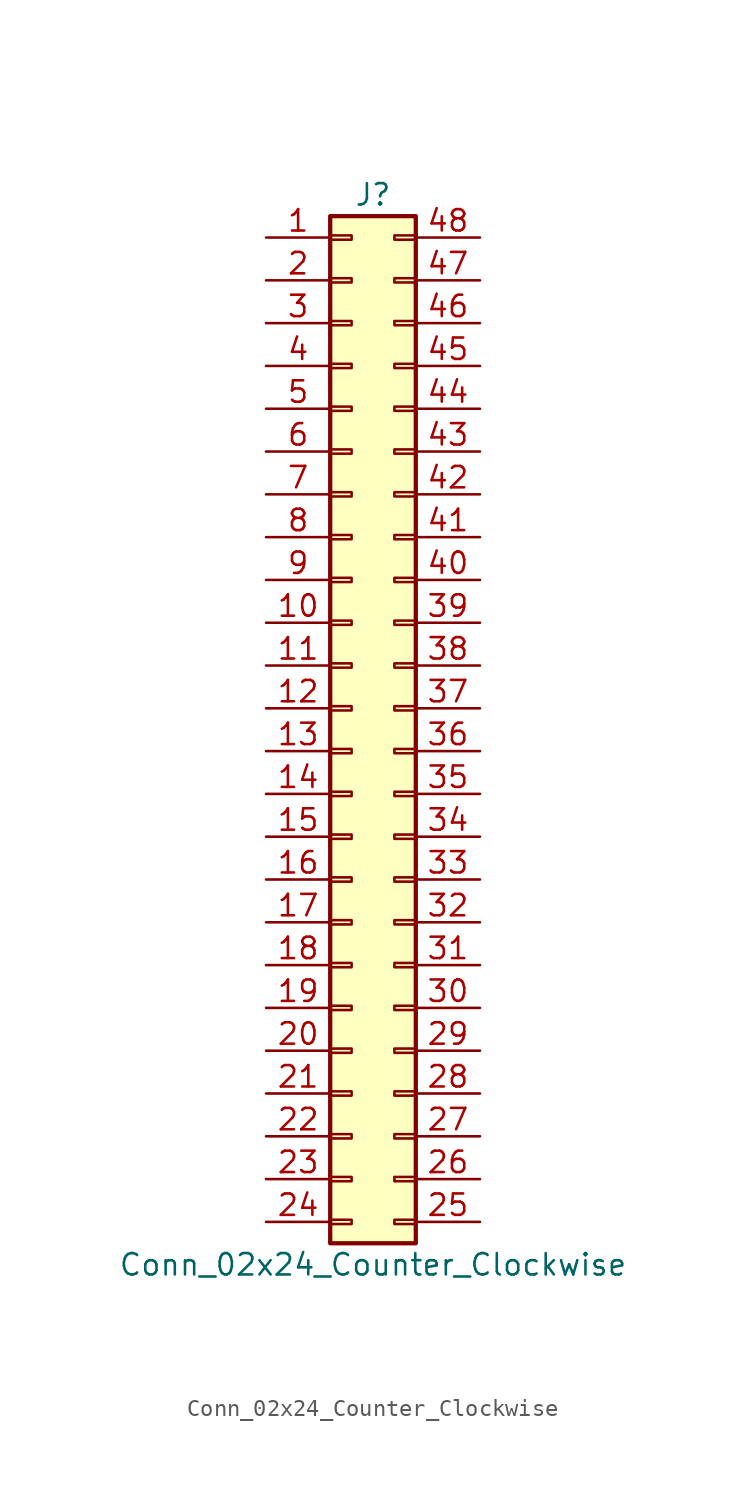
<source format=kicad_sym>
(kicad_symbol_lib
  (version 20201005)
  (generator kicad_symbol_editor)
  (symbol "Conn_02x24_Counter_Clockwise"
    (pin_names
      (offset 1.016) hide)
    (property "Reference" "J"
      (at 1.27 30.48 0)
      (effects (font (size 1.27 1.27))))
    (property "Value" "Conn_02x24_Counter_Clockwise"
      (at 1.27 -33.02 0)
      (effects (font (size 1.27 1.27))))
    (symbol "Conn_02x24_Counter_Clockwise_1_1"
      (rectangle (start -1.27 -30.353) (end 0 -30.607) (stroke (width 0.152)) (fill (type none)))
      (rectangle (start -1.27 -27.813) (end 0 -28.067) (stroke (width 0.152)) (fill (type none)))
      (rectangle (start -1.27 -25.273) (end 0 -25.527) (stroke (width 0.152)) (fill (type none)))
      (rectangle (start -1.27 -22.733) (end 0 -22.987) (stroke (width 0.152)) (fill (type none)))
      (rectangle (start -1.27 -20.193) (end 0 -20.447) (stroke (width 0.152)) (fill (type none)))
      (rectangle (start -1.27 -17.653) (end 0 -17.907) (stroke (width 0.152)) (fill (type none)))
      (rectangle (start -1.27 -15.113) (end 0 -15.367) (stroke (width 0.152)) (fill (type none)))
      (rectangle (start -1.27 -12.573) (end 0 -12.827) (stroke (width 0.152)) (fill (type none)))
      (rectangle (start -1.27 -10.033) (end 0 -10.287) (stroke (width 0.152)) (fill (type none)))
      (rectangle (start -1.27 -7.493) (end 0 -7.747) (stroke (width 0.152)) (fill (type none)))
      (rectangle (start -1.27 -4.953) (end 0 -5.207) (stroke (width 0.152)) (fill (type none)))
      (rectangle (start -1.27 -2.413) (end 0 -2.667) (stroke (width 0.152)) (fill (type none)))
      (rectangle (start -1.27 0.127) (end 0 -0.127) (stroke (width 0.152)) (fill (type none)))
      (rectangle (start -1.27 2.667) (end 0 2.413) (stroke (width 0.152)) (fill (type none)))
      (rectangle (start -1.27 5.207) (end 0 4.953) (stroke (width 0.152)) (fill (type none)))
      (rectangle (start -1.27 7.747) (end 0 7.493) (stroke (width 0.152)) (fill (type none)))
      (rectangle (start -1.27 10.287) (end 0 10.033) (stroke (width 0.152)) (fill (type none)))
      (rectangle (start -1.27 12.827) (end 0 12.573) (stroke (width 0.152)) (fill (type none)))
      (rectangle (start -1.27 15.367) (end 0 15.113) (stroke (width 0.152)) (fill (type none)))
      (rectangle (start -1.27 17.907) (end 0 17.653) (stroke (width 0.152)) (fill (type none)))
      (rectangle (start -1.27 20.447) (end 0 20.193) (stroke (width 0.152)) (fill (type none)))
      (rectangle (start -1.27 22.987) (end 0 22.733) (stroke (width 0.152)) (fill (type none)))
      (rectangle (start -1.27 25.527) (end 0 25.273) (stroke (width 0.152)) (fill (type none)))
      (rectangle (start -1.27 28.067) (end 0 27.813) (stroke (width 0.152)) (fill (type none)))
      (rectangle (start -1.27 29.21) (end 3.81 -31.75) (stroke (width 0.254)) (fill (type background)))
      (rectangle (start 3.81 -30.353) (end 2.54 -30.607) (stroke (width 0.152)) (fill (type none)))
      (rectangle (start 3.81 -27.813) (end 2.54 -28.067) (stroke (width 0.152)) (fill (type none)))
      (rectangle (start 3.81 -25.273) (end 2.54 -25.527) (stroke (width 0.152)) (fill (type none)))
      (rectangle (start 3.81 -22.733) (end 2.54 -22.987) (stroke (width 0.152)) (fill (type none)))
      (rectangle (start 3.81 -20.193) (end 2.54 -20.447) (stroke (width 0.152)) (fill (type none)))
      (rectangle (start 3.81 -17.653) (end 2.54 -17.907) (stroke (width 0.152)) (fill (type none)))
      (rectangle (start 3.81 -15.113) (end 2.54 -15.367) (stroke (width 0.152)) (fill (type none)))
      (rectangle (start 3.81 -12.573) (end 2.54 -12.827) (stroke (width 0.152)) (fill (type none)))
      (rectangle (start 3.81 -10.033) (end 2.54 -10.287) (stroke (width 0.152)) (fill (type none)))
      (rectangle (start 3.81 -7.493) (end 2.54 -7.747) (stroke (width 0.152)) (fill (type none)))
      (rectangle (start 3.81 -4.953) (end 2.54 -5.207) (stroke (width 0.152)) (fill (type none)))
      (rectangle (start 3.81 -2.413) (end 2.54 -2.667) (stroke (width 0.152)) (fill (type none)))
      (rectangle (start 3.81 0.127) (end 2.54 -0.127) (stroke (width 0.152)) (fill (type none)))
      (rectangle (start 3.81 2.667) (end 2.54 2.413) (stroke (width 0.152)) (fill (type none)))
      (rectangle (start 3.81 5.207) (end 2.54 4.953) (stroke (width 0.152)) (fill (type none)))
      (rectangle (start 3.81 7.747) (end 2.54 7.493) (stroke (width 0.152)) (fill (type none)))
      (rectangle (start 3.81 10.287) (end 2.54 10.033) (stroke (width 0.152)) (fill (type none)))
      (rectangle (start 3.81 12.827) (end 2.54 12.573) (stroke (width 0.152)) (fill (type none)))
      (rectangle (start 3.81 15.367) (end 2.54 15.113) (stroke (width 0.152)) (fill (type none)))
      (rectangle (start 3.81 17.907) (end 2.54 17.653) (stroke (width 0.152)) (fill (type none)))
      (rectangle (start 3.81 20.447) (end 2.54 20.193) (stroke (width 0.152)) (fill (type none)))
      (rectangle (start 3.81 22.987) (end 2.54 22.733) (stroke (width 0.152)) (fill (type none)))
      (rectangle (start 3.81 25.527) (end 2.54 25.273) (stroke (width 0.152)) (fill (type none)))
      (rectangle (start 3.81 28.067) (end 2.54 27.813) (stroke (width 0.152)) (fill (type none)))
      (pin passive line (at -5.08 27.94 0) (length 3.81) (name "Pin_1" (effects (font (size 1.27 1.27)))) (number "1" (effects (font (size 1.27 1.27)))))
      (pin passive line (at -5.08 5.08 0) (length 3.81) (name "Pin_10" (effects (font (size 1.27 1.27)))) (number "10" (effects (font (size 1.27 1.27)))))
      (pin passive line (at -5.08 2.54 0) (length 3.81) (name "Pin_11" (effects (font (size 1.27 1.27)))) (number "11" (effects (font (size 1.27 1.27)))))
      (pin passive line (at -5.08 0 0) (length 3.81) (name "Pin_12" (effects (font (size 1.27 1.27)))) (number "12" (effects (font (size 1.27 1.27)))))
      (pin passive line (at -5.08 -2.54 0) (length 3.81) (name "Pin_13" (effects (font (size 1.27 1.27)))) (number "13" (effects (font (size 1.27 1.27)))))
      (pin passive line (at -5.08 -5.08 0) (length 3.81) (name "Pin_14" (effects (font (size 1.27 1.27)))) (number "14" (effects (font (size 1.27 1.27)))))
      (pin passive line (at -5.08 -7.62 0) (length 3.81) (name "Pin_15" (effects (font (size 1.27 1.27)))) (number "15" (effects (font (size 1.27 1.27)))))
      (pin passive line (at -5.08 -10.16 0) (length 3.81) (name "Pin_16" (effects (font (size 1.27 1.27)))) (number "16" (effects (font (size 1.27 1.27)))))
      (pin passive line (at -5.08 -12.7 0) (length 3.81) (name "Pin_17" (effects (font (size 1.27 1.27)))) (number "17" (effects (font (size 1.27 1.27)))))
      (pin passive line (at -5.08 -15.24 0) (length 3.81) (name "Pin_18" (effects (font (size 1.27 1.27)))) (number "18" (effects (font (size 1.27 1.27)))))
      (pin passive line (at -5.08 -17.78 0) (length 3.81) (name "Pin_19" (effects (font (size 1.27 1.27)))) (number "19" (effects (font (size 1.27 1.27)))))
      (pin passive line (at -5.08 25.4 0) (length 3.81) (name "Pin_2" (effects (font (size 1.27 1.27)))) (number "2" (effects (font (size 1.27 1.27)))))
      (pin passive line (at -5.08 -20.32 0) (length 3.81) (name "Pin_20" (effects (font (size 1.27 1.27)))) (number "20" (effects (font (size 1.27 1.27)))))
      (pin passive line (at -5.08 -22.86 0) (length 3.81) (name "Pin_21" (effects (font (size 1.27 1.27)))) (number "21" (effects (font (size 1.27 1.27)))))
      (pin passive line (at -5.08 -25.4 0) (length 3.81) (name "Pin_22" (effects (font (size 1.27 1.27)))) (number "22" (effects (font (size 1.27 1.27)))))
      (pin passive line (at -5.08 -27.94 0) (length 3.81) (name "Pin_23" (effects (font (size 1.27 1.27)))) (number "23" (effects (font (size 1.27 1.27)))))
      (pin passive line (at -5.08 -30.48 0) (length 3.81) (name "Pin_24" (effects (font (size 1.27 1.27)))) (number "24" (effects (font (size 1.27 1.27)))))
      (pin passive line (at 7.62 -30.48 180) (length 3.81) (name "Pin_25" (effects (font (size 1.27 1.27)))) (number "25" (effects (font (size 1.27 1.27)))))
      (pin passive line (at 7.62 -27.94 180) (length 3.81) (name "Pin_26" (effects (font (size 1.27 1.27)))) (number "26" (effects (font (size 1.27 1.27)))))
      (pin passive line (at 7.62 -25.4 180) (length 3.81) (name "Pin_27" (effects (font (size 1.27 1.27)))) (number "27" (effects (font (size 1.27 1.27)))))
      (pin passive line (at 7.62 -22.86 180) (length 3.81) (name "Pin_28" (effects (font (size 1.27 1.27)))) (number "28" (effects (font (size 1.27 1.27)))))
      (pin passive line (at 7.62 -20.32 180) (length 3.81) (name "Pin_29" (effects (font (size 1.27 1.27)))) (number "29" (effects (font (size 1.27 1.27)))))
      (pin passive line (at -5.08 22.86 0) (length 3.81) (name "Pin_3" (effects (font (size 1.27 1.27)))) (number "3" (effects (font (size 1.27 1.27)))))
      (pin passive line (at 7.62 -17.78 180) (length 3.81) (name "Pin_30" (effects (font (size 1.27 1.27)))) (number "30" (effects (font (size 1.27 1.27)))))
      (pin passive line (at 7.62 -15.24 180) (length 3.81) (name "Pin_31" (effects (font (size 1.27 1.27)))) (number "31" (effects (font (size 1.27 1.27)))))
      (pin passive line (at 7.62 -12.7 180) (length 3.81) (name "Pin_32" (effects (font (size 1.27 1.27)))) (number "32" (effects (font (size 1.27 1.27)))))
      (pin passive line (at 7.62 -10.16 180) (length 3.81) (name "Pin_33" (effects (font (size 1.27 1.27)))) (number "33" (effects (font (size 1.27 1.27)))))
      (pin passive line (at 7.62 -7.62 180) (length 3.81) (name "Pin_34" (effects (font (size 1.27 1.27)))) (number "34" (effects (font (size 1.27 1.27)))))
      (pin passive line (at 7.62 -5.08 180) (length 3.81) (name "Pin_35" (effects (font (size 1.27 1.27)))) (number "35" (effects (font (size 1.27 1.27)))))
      (pin passive line (at 7.62 -2.54 180) (length 3.81) (name "Pin_36" (effects (font (size 1.27 1.27)))) (number "36" (effects (font (size 1.27 1.27)))))
      (pin passive line (at 7.62 0 180) (length 3.81) (name "Pin_37" (effects (font (size 1.27 1.27)))) (number "37" (effects (font (size 1.27 1.27)))))
      (pin passive line (at 7.62 2.54 180) (length 3.81) (name "Pin_38" (effects (font (size 1.27 1.27)))) (number "38" (effects (font (size 1.27 1.27)))))
      (pin passive line (at 7.62 5.08 180) (length 3.81) (name "Pin_39" (effects (font (size 1.27 1.27)))) (number "39" (effects (font (size 1.27 1.27)))))
      (pin passive line (at -5.08 20.32 0) (length 3.81) (name "Pin_4" (effects (font (size 1.27 1.27)))) (number "4" (effects (font (size 1.27 1.27)))))
      (pin passive line (at 7.62 7.62 180) (length 3.81) (name "Pin_40" (effects (font (size 1.27 1.27)))) (number "40" (effects (font (size 1.27 1.27)))))
      (pin passive line (at 7.62 10.16 180) (length 3.81) (name "Pin_41" (effects (font (size 1.27 1.27)))) (number "41" (effects (font (size 1.27 1.27)))))
      (pin passive line (at 7.62 12.7 180) (length 3.81) (name "Pin_42" (effects (font (size 1.27 1.27)))) (number "42" (effects (font (size 1.27 1.27)))))
      (pin passive line (at 7.62 15.24 180) (length 3.81) (name "Pin_43" (effects (font (size 1.27 1.27)))) (number "43" (effects (font (size 1.27 1.27)))))
      (pin passive line (at 7.62 17.78 180) (length 3.81) (name "Pin_44" (effects (font (size 1.27 1.27)))) (number "44" (effects (font (size 1.27 1.27)))))
      (pin passive line (at 7.62 20.32 180) (length 3.81) (name "Pin_45" (effects (font (size 1.27 1.27)))) (number "45" (effects (font (size 1.27 1.27)))))
      (pin passive line (at 7.62 22.86 180) (length 3.81) (name "Pin_46" (effects (font (size 1.27 1.27)))) (number "46" (effects (font (size 1.27 1.27)))))
      (pin passive line (at 7.62 25.4 180) (length 3.81) (name "Pin_47" (effects (font (size 1.27 1.27)))) (number "47" (effects (font (size 1.27 1.27)))))
      (pin passive line (at 7.62 27.94 180) (length 3.81) (name "Pin_48" (effects (font (size 1.27 1.27)))) (number "48" (effects (font (size 1.27 1.27)))))
      (pin passive line (at -5.08 17.78 0) (length 3.81) (name "Pin_5" (effects (font (size 1.27 1.27)))) (number "5" (effects (font (size 1.27 1.27)))))
      (pin passive line (at -5.08 15.24 0) (length 3.81) (name "Pin_6" (effects (font (size 1.27 1.27)))) (number "6" (effects (font (size 1.27 1.27)))))
      (pin passive line (at -5.08 12.7 0) (length 3.81) (name "Pin_7" (effects (font (size 1.27 1.27)))) (number "7" (effects (font (size 1.27 1.27)))))
      (pin passive line (at -5.08 10.16 0) (length 3.81) (name "Pin_8" (effects (font (size 1.27 1.27)))) (number "8" (effects (font (size 1.27 1.27)))))
      (pin passive line (at -5.08 7.62 0) (length 3.81) (name "Pin_9" (effects (font (size 1.27 1.27)))) (number "9" (effects (font (size 1.27 1.27))))))))
</source>
